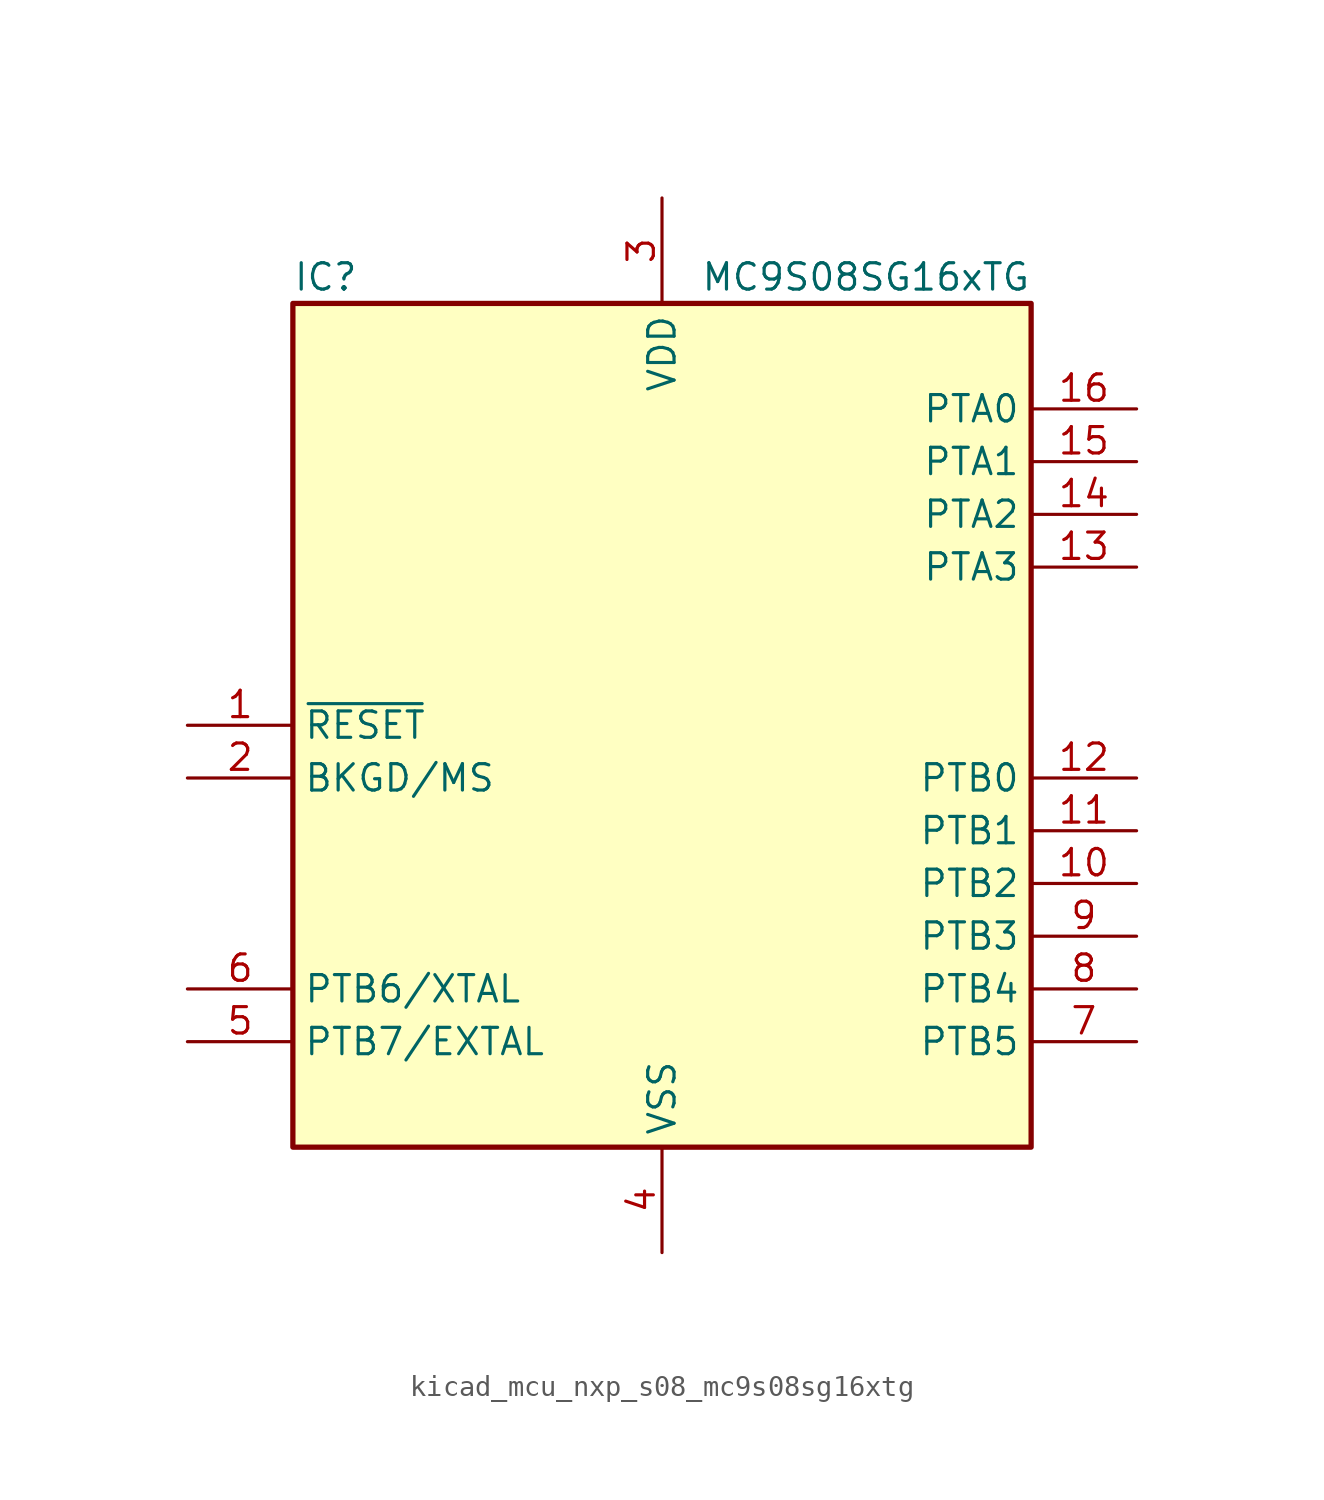
<source format=kicad_sym>
(kicad_symbol_lib
  (version 20220914)
  (generator kicad_symbol_editor)
  (symbol "kicad_mcu_nxp_s08_mc9s08sg16xtg"
    (property "Reference" "IC"
      (at -17.78 21.59 0)
      (effects (font (size 1.27 1.27)) (justify left)))
    (property "Value" "MC9S08SG16xTG"
      (at 17.78 21.59 0)
      (effects (font (size 1.27 1.27)) (justify right)))
    (symbol "kicad_mcu_nxp_s08_mc9s08sg16xtg_0_1"
      (rectangle (start -17.78 20.32) (end 17.78 -20.32) (stroke (width 0.254) (type default)) (fill (type background))))
    (symbol "kicad_mcu_nxp_s08_mc9s08sg16xtg_1_1"
      (pin input line (at -22.86 0 0) (length 5.08) (name "~{RESET}" (effects (font (size 1.27 1.27)))) (number "1" (effects (font (size 1.27 1.27)))))
      (pin bidirectional line (at 22.86 -7.62 180) (length 5.08) (name "PTB2" (effects (font (size 1.27 1.27)))) (number "10" (effects (font (size 1.27 1.27)))))
      (pin bidirectional line (at 22.86 -5.08 180) (length 5.08) (name "PTB1" (effects (font (size 1.27 1.27)))) (number "11" (effects (font (size 1.27 1.27)))))
      (pin bidirectional line (at 22.86 -2.54 180) (length 5.08) (name "PTB0" (effects (font (size 1.27 1.27)))) (number "12" (effects (font (size 1.27 1.27)))))
      (pin bidirectional line (at 22.86 7.62 180) (length 5.08) (name "PTA3" (effects (font (size 1.27 1.27)))) (number "13" (effects (font (size 1.27 1.27)))))
      (pin bidirectional line (at 22.86 10.16 180) (length 5.08) (name "PTA2" (effects (font (size 1.27 1.27)))) (number "14" (effects (font (size 1.27 1.27)))))
      (pin bidirectional line (at 22.86 12.7 180) (length 5.08) (name "PTA1" (effects (font (size 1.27 1.27)))) (number "15" (effects (font (size 1.27 1.27)))))
      (pin bidirectional line (at 22.86 15.24 180) (length 5.08) (name "PTA0" (effects (font (size 1.27 1.27)))) (number "16" (effects (font (size 1.27 1.27)))))
      (pin bidirectional line (at -22.86 -2.54 0) (length 5.08) (name "BKGD/MS" (effects (font (size 1.27 1.27)))) (number "2" (effects (font (size 1.27 1.27)))))
      (pin power_in line (at 0 25.4 270) (length 5.08) (name "VDD" (effects (font (size 1.27 1.27)))) (number "3" (effects (font (size 1.27 1.27)))))
      (pin power_in line (at 0 -25.4 90) (length 5.08) (name "VSS" (effects (font (size 1.27 1.27)))) (number "4" (effects (font (size 1.27 1.27)))))
      (pin bidirectional line (at -22.86 -15.24 0) (length 5.08) (name "PTB7/EXTAL" (effects (font (size 1.27 1.27)))) (number "5" (effects (font (size 1.27 1.27)))))
      (pin bidirectional line (at -22.86 -12.7 0) (length 5.08) (name "PTB6/XTAL" (effects (font (size 1.27 1.27)))) (number "6" (effects (font (size 1.27 1.27)))))
      (pin bidirectional line (at 22.86 -15.24 180) (length 5.08) (name "PTB5" (effects (font (size 1.27 1.27)))) (number "7" (effects (font (size 1.27 1.27)))))
      (pin bidirectional line (at 22.86 -12.7 180) (length 5.08) (name "PTB4" (effects (font (size 1.27 1.27)))) (number "8" (effects (font (size 1.27 1.27)))))
      (pin bidirectional line (at 22.86 -10.16 180) (length 5.08) (name "PTB3" (effects (font (size 1.27 1.27)))) (number "9" (effects (font (size 1.27 1.27))))))))
</source>
